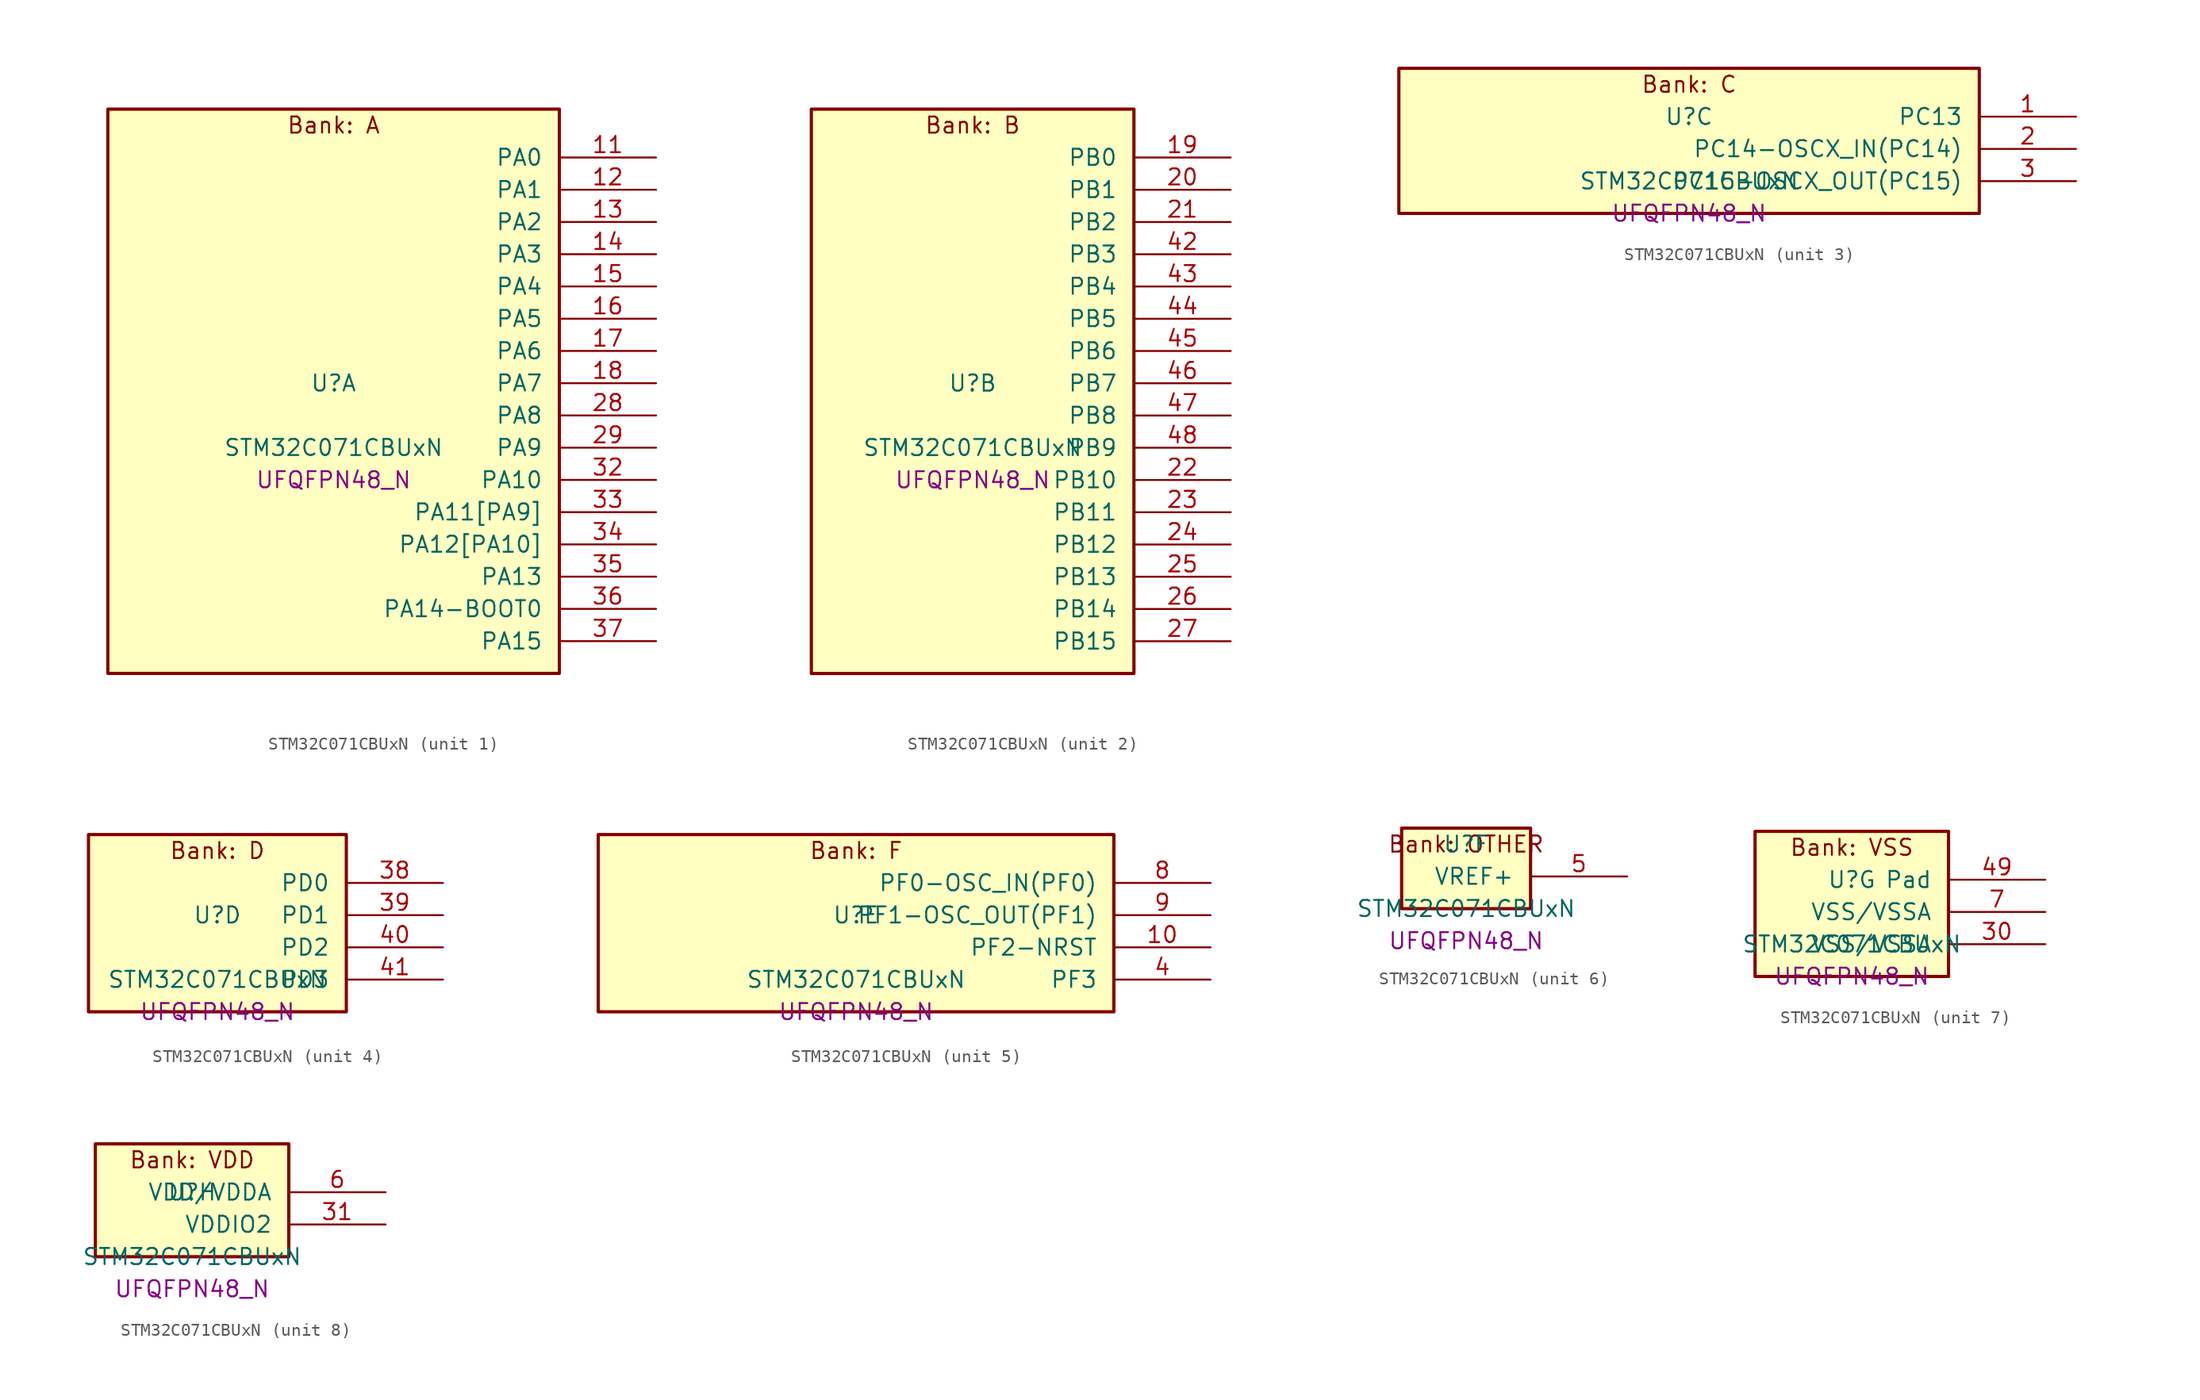
<source format=kicad_sym>
(kicad_symbol_lib
  (version 20241209)
  (generator "stm32_pkl_generator")
  (generator_version "1.0")
  (symbol "STM32C071CBUxN"
    (pin_names
      (offset 1.27))
    (property "Reference" "U"
      (at 0 2.54 0))
    (property "Value" "STM32C071CBUxN"
      (at 0 -2.54 0))
    (property "Footprint" "UFQFPN48_N"
      (at 0 -5.08 0))
    (symbol "STM32C071CBUxN_1_1"
      (rectangle (start -17.78 24.13) (end 17.78 -20.32) (stroke (width 0.254) (type solid)) (fill (type background)))
      (text "Bank: A" (at 0 22.86 0))
      (pin bidirectional line (at 25.4 20.32 180) (length 7.62) (name "PA0") (number "11") (alternate "PA0/ADC1_IN0" bidirectional line) (alternate "PA0/PWR_WKUP1" bidirectional line) (alternate "PA0/SPI2_SCK" bidirectional line) (alternate "PA0/TIM16_CH1" bidirectional line) (alternate "PA0/TIM1_CH1" bidirectional line) (alternate "PA0/TIM2_CH1" bidirectional line) (alternate "PA0/TIM2_ETR" bidirectional line) (alternate "PA0/USART1_TX" bidirectional line) (alternate "PA0/USART2_CTS" bidirectional line) (alternate "PA0/USART2_NSS" bidirectional line))
      (pin bidirectional line (at 25.4 17.78 180) (length 7.62) (name "PA1") (number "12") (alternate "PA1/ADC1_IN1" bidirectional line) (alternate "PA1/I2C1_SMBA" bidirectional line) (alternate "PA1/I2S1_CK" bidirectional line) (alternate "PA1/SPI1_SCK" bidirectional line) (alternate "PA1/TIM17_CH1" bidirectional line) (alternate "PA1/TIM1_CH2" bidirectional line) (alternate "PA1/TIM2_CH2" bidirectional line) (alternate "PA1/USART1_RX" bidirectional line) (alternate "PA1/USART2_CK" bidirectional line) (alternate "PA1/USART2_DE" bidirectional line) (alternate "PA1/USART2_RTS" bidirectional line))
      (pin bidirectional line (at 25.4 15.24 180) (length 7.62) (name "PA2") (number "13") (alternate "PA2/ADC1_IN2" bidirectional line) (alternate "PA2/I2S1_SD" bidirectional line) (alternate "PA2/PWR_WKUP4" bidirectional line) (alternate "PA2/RCC_LSCO" bidirectional line) (alternate "PA2/SPI1_MOSI" bidirectional line) (alternate "PA2/TIM16_CH1N" bidirectional line) (alternate "PA2/TIM1_CH3" bidirectional line) (alternate "PA2/TIM2_CH3" bidirectional line) (alternate "PA2/TIM3_ETR" bidirectional line) (alternate "PA2/USART2_TX" bidirectional line))
      (pin bidirectional line (at 25.4 12.7 180) (length 7.62) (name "PA3") (number "14") (alternate "PA3/ADC1_IN3" bidirectional line) (alternate "PA3/SPI2_MISO" bidirectional line) (alternate "PA3/TIM1_CH1N" bidirectional line) (alternate "PA3/TIM1_CH4" bidirectional line) (alternate "PA3/TIM2_CH4" bidirectional line) (alternate "PA3/USART2_RX" bidirectional line))
      (pin bidirectional line (at 25.4 10.16 180) (length 7.62) (name "PA4") (number "15") (alternate "PA4/ADC1_IN4" bidirectional line) (alternate "PA4/I2S1_WS" bidirectional line) (alternate "PA4/RTC_OUT2" bidirectional line) (alternate "PA4/SPI1_NSS" bidirectional line) (alternate "PA4/SPI2_MOSI" bidirectional line) (alternate "PA4/TIM14_CH1" bidirectional line) (alternate "PA4/TIM17_CH1N" bidirectional line) (alternate "PA4/TIM1_CH2N" bidirectional line) (alternate "PA4/USART2_TX" bidirectional line) (alternate "PA4/USB_NOE" bidirectional line))
      (pin bidirectional line (at 25.4 7.62 180) (length 7.62) (name "PA5") (number "16") (alternate "PA5/ADC1_IN5" bidirectional line) (alternate "PA5/I2S1_CK" bidirectional line) (alternate "PA5/SPI1_SCK" bidirectional line) (alternate "PA5/TIM1_CH1" bidirectional line) (alternate "PA5/TIM1_CH3N" bidirectional line) (alternate "PA5/TIM2_CH1" bidirectional line) (alternate "PA5/TIM2_ETR" bidirectional line) (alternate "PA5/USART2_RX" bidirectional line))
      (pin bidirectional line (at 25.4 5.08 180) (length 7.62) (name "PA6") (number "17") (alternate "PA6/ADC1_IN6" bidirectional line) (alternate "PA6/I2C2_SDA" bidirectional line) (alternate "PA6/I2S1_MCK" bidirectional line) (alternate "PA6/SPI1_MISO" bidirectional line) (alternate "PA6/TIM16_CH1" bidirectional line) (alternate "PA6/TIM1_BKIN" bidirectional line) (alternate "PA6/TIM3_CH1" bidirectional line))
      (pin bidirectional line (at 25.4 2.54 180) (length 7.62) (name "PA7") (number "18") (alternate "PA7/ADC1_IN7" bidirectional line) (alternate "PA7/I2C2_SCL" bidirectional line) (alternate "PA7/I2S1_SD" bidirectional line) (alternate "PA7/SPI1_MOSI" bidirectional line) (alternate "PA7/TIM14_CH1" bidirectional line) (alternate "PA7/TIM17_CH1" bidirectional line) (alternate "PA7/TIM1_CH1N" bidirectional line) (alternate "PA7/TIM3_CH2" bidirectional line))
      (pin bidirectional line (at 25.4 0 180) (length 7.62) (name "PA8") (number "28") (alternate "PA8/ADC1_IN8" bidirectional line) (alternate "PA8/CRS_SYNC" bidirectional line) (alternate "PA8/I2S1_WS" bidirectional line) (alternate "PA8/RCC_MCO" bidirectional line) (alternate "PA8/RCC_MCO_2" bidirectional line) (alternate "PA8/SPI1_NSS" bidirectional line) (alternate "PA8/SPI2_MISO" bidirectional line) (alternate "PA8/SPI2_NSS" bidirectional line) (alternate "PA8/TIM14_CH1" bidirectional line) (alternate "PA8/TIM1_CH1" bidirectional line) (alternate "PA8/TIM1_CH2N" bidirectional line) (alternate "PA8/TIM1_CH3N" bidirectional line) (alternate "PA8/TIM3_CH3" bidirectional line) (alternate "PA8/TIM3_CH4" bidirectional line) (alternate "PA8/USART1_RX" bidirectional line) (alternate "PA8/USART2_TX" bidirectional line))
      (pin bidirectional line (at 25.4 -2.54 180) (length 7.62) (name "PA9") (number "29") (alternate "PA9/I2C1_SCL" bidirectional line) (alternate "PA9/I2C2_SCL" bidirectional line) (alternate "PA9/RCC_MCO" bidirectional line) (alternate "PA9/SPI2_MISO" bidirectional line) (alternate "PA9/TIM1_CH2" bidirectional line) (alternate "PA9/TIM3_ETR" bidirectional line) (alternate "PA9/USART1_TX" bidirectional line) (alternate "PA9/NC" bidirectional line))
      (pin bidirectional line (at 25.4 -5.08 180) (length 7.62) (name "PA10") (number "32") (alternate "PA10/I2C1_SDA" bidirectional line) (alternate "PA10/I2C2_SDA" bidirectional line) (alternate "PA10/RCC_MCO_2" bidirectional line) (alternate "PA10/SPI2_MOSI" bidirectional line) (alternate "PA10/TIM17_BKIN" bidirectional line) (alternate "PA10/TIM1_CH3" bidirectional line) (alternate "PA10/USART1_RX" bidirectional line) (alternate "PA10/NC" bidirectional line))
      (pin bidirectional line (at 25.4 -7.62 180) (length 7.62) (name "PA11[PA9]") (number "33") (alternate "PA11[PA9]/ADC1_EXTI11" bidirectional line) (alternate "PA11[PA9]/I2C2_SCL" bidirectional line) (alternate "PA11[PA9]/I2S1_MCK" bidirectional line) (alternate "PA11[PA9]/SPI1_MISO" bidirectional line) (alternate "PA11[PA9]/TIM1_BKIN2" bidirectional line) (alternate "PA11[PA9]/TIM1_CH4" bidirectional line) (alternate "PA11[PA9]/USART1_CTS" bidirectional line) (alternate "PA11[PA9]/USART1_NSS" bidirectional line) (alternate "PA11[PA9]/USB_DM" bidirectional line) (alternate "PA11[PA9]/PA9[PA11]" bidirectional line) (alternate "PA11[PA9]/I2C1_SCL" bidirectional line) (alternate "PA11[PA9]/RCC_MCO" bidirectional line) (alternate "PA11[PA9]/SPI2_MISO" bidirectional line) (alternate "PA11[PA9]/TIM1_CH2" bidirectional line) (alternate "PA11[PA9]/TIM3_ETR" bidirectional line) (alternate "PA11[PA9]/USART1_TX" bidirectional line))
      (pin bidirectional line (at 25.4 -10.16 180) (length 7.62) (name "PA12[PA10]") (number "34") (alternate "PA12[PA10]/I2C2_SDA" bidirectional line) (alternate "PA12[PA10]/I2S1_SD" bidirectional line) (alternate "PA12[PA10]/I2S_CKIN" bidirectional line) (alternate "PA12[PA10]/SPI1_MOSI" bidirectional line) (alternate "PA12[PA10]/TIM1_ETR" bidirectional line) (alternate "PA12[PA10]/USART1_CK" bidirectional line) (alternate "PA12[PA10]/USART1_DE" bidirectional line) (alternate "PA12[PA10]/USART1_RTS" bidirectional line) (alternate "PA12[PA10]/USB_DP" bidirectional line) (alternate "PA12[PA10]/PA10[PA12]" bidirectional line) (alternate "PA12[PA10]/I2C1_SDA" bidirectional line) (alternate "PA12[PA10]/RCC_MCO_2" bidirectional line) (alternate "PA12[PA10]/SPI2_MOSI" bidirectional line) (alternate "PA12[PA10]/TIM17_BKIN" bidirectional line) (alternate "PA12[PA10]/TIM1_CH3" bidirectional line) (alternate "PA12[PA10]/USART1_RX" bidirectional line))
      (pin bidirectional line (at 25.4 -12.7 180) (length 7.62) (name "PA13") (number "35") (alternate "PA13/ADC1_IN13" bidirectional line) (alternate "PA13/DEBUG_SWDIO" bidirectional line) (alternate "PA13/IR_OUT" bidirectional line) (alternate "PA13/TIM3_ETR" bidirectional line) (alternate "PA13/USART2_RX" bidirectional line) (alternate "PA13/USB_NOE" bidirectional line))
      (pin bidirectional line (at 25.4 -15.24 180) (length 7.62) (name "PA14-BOOT0") (number "36") (alternate "PA14-BOOT0/ADC1_IN14" bidirectional line) (alternate "PA14-BOOT0/DEBUG_SWCLK" bidirectional line) (alternate "PA14-BOOT0/I2S1_WS" bidirectional line) (alternate "PA14-BOOT0/RCC_MCO_2" bidirectional line) (alternate "PA14-BOOT0/SPI1_NSS" bidirectional line) (alternate "PA14-BOOT0/TIM1_CH1" bidirectional line) (alternate "PA14-BOOT0/USART1_CK" bidirectional line) (alternate "PA14-BOOT0/USART1_DE" bidirectional line) (alternate "PA14-BOOT0/USART1_RTS" bidirectional line) (alternate "PA14-BOOT0/USART2_RX" bidirectional line) (alternate "PA14-BOOT0/USART2_TX" bidirectional line))
      (pin bidirectional line (at 25.4 -17.78 180) (length 7.62) (name "PA15") (number "37") (alternate "PA15/I2S1_WS" bidirectional line) (alternate "PA15/RCC_MCO_2" bidirectional line) (alternate "PA15/SPI1_NSS" bidirectional line) (alternate "PA15/TIM1_CH1" bidirectional line) (alternate "PA15/TIM2_CH1" bidirectional line) (alternate "PA15/TIM2_ETR" bidirectional line) (alternate "PA15/USART1_CK" bidirectional line) (alternate "PA15/USART1_DE" bidirectional line) (alternate "PA15/USART1_RTS" bidirectional line) (alternate "PA15/USART2_RX" bidirectional line) (alternate "PA15/USB_NOE" bidirectional line)))
    (symbol "STM32C071CBUxN_2_1"
      (rectangle (start -12.7 24.13) (end 12.7 -20.32) (stroke (width 0.254) (type solid)) (fill (type background)))
      (text "Bank: B" (at 0 22.86 0))
      (pin bidirectional line (at 20.32 20.32 180) (length 7.62) (name "PB0") (number "19") (alternate "PB0/ADC1_IN17" bidirectional line) (alternate "PB0/I2S1_WS" bidirectional line) (alternate "PB0/SPI1_NSS" bidirectional line) (alternate "PB0/TIM1_CH2N" bidirectional line) (alternate "PB0/TIM3_CH3" bidirectional line))
      (pin bidirectional line (at 20.32 17.78 180) (length 7.62) (name "PB1") (number "20") (alternate "PB1/ADC1_IN18" bidirectional line) (alternate "PB1/TIM14_CH1" bidirectional line) (alternate "PB1/TIM1_CH2N" bidirectional line) (alternate "PB1/TIM1_CH3N" bidirectional line) (alternate "PB1/TIM3_CH4" bidirectional line))
      (pin bidirectional line (at 20.32 15.24 180) (length 7.62) (name "PB2") (number "21") (alternate "PB2/ADC1_IN19" bidirectional line) (alternate "PB2/RCC_MCO_2" bidirectional line) (alternate "PB2/SPI2_MISO" bidirectional line) (alternate "PB2/USART1_RX" bidirectional line))
      (pin bidirectional line (at 20.32 12.7 180) (length 7.62) (name "PB3") (number "42") (alternate "PB3/I2C2_SCL" bidirectional line) (alternate "PB3/I2S1_CK" bidirectional line) (alternate "PB3/SPI1_SCK" bidirectional line) (alternate "PB3/TIM1_CH2" bidirectional line) (alternate "PB3/TIM2_CH2" bidirectional line) (alternate "PB3/TIM3_CH2" bidirectional line) (alternate "PB3/USART1_CK" bidirectional line) (alternate "PB3/USART1_DE" bidirectional line) (alternate "PB3/USART1_RTS" bidirectional line))
      (pin bidirectional line (at 20.32 10.16 180) (length 7.62) (name "PB4") (number "43") (alternate "PB4/I2C2_SDA" bidirectional line) (alternate "PB4/I2S1_MCK" bidirectional line) (alternate "PB4/SPI1_MISO" bidirectional line) (alternate "PB4/TIM17_BKIN" bidirectional line) (alternate "PB4/TIM3_CH1" bidirectional line) (alternate "PB4/USART1_CTS" bidirectional line) (alternate "PB4/USART1_NSS" bidirectional line))
      (pin bidirectional line (at 20.32 7.62 180) (length 7.62) (name "PB5") (number "44") (alternate "PB5/I2C1_SMBA" bidirectional line) (alternate "PB5/I2S1_SD" bidirectional line) (alternate "PB5/PWR_WKUP6" bidirectional line) (alternate "PB5/SPI1_MOSI" bidirectional line) (alternate "PB5/TIM16_BKIN" bidirectional line) (alternate "PB5/TIM3_CH2" bidirectional line) (alternate "PB5/TIM3_CH3" bidirectional line))
      (pin bidirectional line (at 20.32 5.08 180) (length 7.62) (name "PB6") (number "45") (alternate "PB6/I2C1_SCL" bidirectional line) (alternate "PB6/I2C1_SMBA" bidirectional line) (alternate "PB6/I2S1_CK" bidirectional line) (alternate "PB6/I2S1_MCK" bidirectional line) (alternate "PB6/I2S1_SD" bidirectional line) (alternate "PB6/PWR_WKUP3" bidirectional line) (alternate "PB6/SPI1_MISO" bidirectional line) (alternate "PB6/SPI1_MOSI" bidirectional line) (alternate "PB6/SPI1_SCK" bidirectional line) (alternate "PB6/SPI2_MISO" bidirectional line) (alternate "PB6/TIM16_BKIN" bidirectional line) (alternate "PB6/TIM16_CH1N" bidirectional line) (alternate "PB6/TIM17_BKIN" bidirectional line) (alternate "PB6/TIM1_CH2" bidirectional line) (alternate "PB6/TIM1_CH3" bidirectional line) (alternate "PB6/TIM3_CH1" bidirectional line) (alternate "PB6/TIM3_CH2" bidirectional line) (alternate "PB6/TIM3_CH3" bidirectional line) (alternate "PB6/USART1_CTS" bidirectional line) (alternate "PB6/USART1_NSS" bidirectional line) (alternate "PB6/USART1_TX" bidirectional line))
      (pin bidirectional line (at 20.32 2.54 180) (length 7.62) (name "PB7") (number "46") (alternate "PB7/I2C1_SCL" bidirectional line) (alternate "PB7/I2C1_SDA" bidirectional line) (alternate "PB7/SPI2_MOSI" bidirectional line) (alternate "PB7/TIM16_CH1" bidirectional line) (alternate "PB7/TIM17_CH1N" bidirectional line) (alternate "PB7/TIM1_CH4" bidirectional line) (alternate "PB7/TIM3_CH1" bidirectional line) (alternate "PB7/TIM3_CH4" bidirectional line) (alternate "PB7/USART1_RX" bidirectional line) (alternate "PB7/USART2_CTS" bidirectional line) (alternate "PB7/USART2_NSS" bidirectional line))
      (pin bidirectional line (at 20.32 0 180) (length 7.62) (name "PB8") (number "47") (alternate "PB8/I2C1_SCL" bidirectional line) (alternate "PB8/SPI2_SCK" bidirectional line) (alternate "PB8/TIM16_CH1" bidirectional line) (alternate "PB8/TIM3_CH1" bidirectional line) (alternate "PB8/USART2_CTS" bidirectional line) (alternate "PB8/USART2_NSS" bidirectional line))
      (pin bidirectional line (at 20.32 -2.54 180) (length 7.62) (name "PB9") (number "48") (alternate "PB9/I2C1_SDA" bidirectional line) (alternate "PB9/IR_OUT" bidirectional line) (alternate "PB9/SPI2_NSS" bidirectional line) (alternate "PB9/TIM17_CH1" bidirectional line) (alternate "PB9/TIM3_CH2" bidirectional line) (alternate "PB9/USART2_CK" bidirectional line) (alternate "PB9/USART2_DE" bidirectional line) (alternate "PB9/USART2_RTS" bidirectional line))
      (pin bidirectional line (at 20.32 -5.08 180) (length 7.62) (name "PB10") (number "22") (alternate "PB10/ADC1_IN20" bidirectional line) (alternate "PB10/I2C2_SCL" bidirectional line) (alternate "PB10/SPI2_SCK" bidirectional line) (alternate "PB10/TIM2_CH3" bidirectional line))
      (pin bidirectional line (at 20.32 -7.62 180) (length 7.62) (name "PB11") (number "23") (alternate "PB11/ADC1_EXTI11" bidirectional line) (alternate "PB11/ADC1_IN21" bidirectional line) (alternate "PB11/I2C2_SDA" bidirectional line) (alternate "PB11/SPI2_MOSI" bidirectional line) (alternate "PB11/TIM2_CH4" bidirectional line))
      (pin bidirectional line (at 20.32 -10.16 180) (length 7.62) (name "PB12") (number "24") (alternate "PB12/ADC1_IN22" bidirectional line) (alternate "PB12/SPI2_NSS" bidirectional line) (alternate "PB12/TIM1_BKIN" bidirectional line) (alternate "PB12/TIM1_BKIN2" bidirectional line))
      (pin bidirectional line (at 20.32 -12.7 180) (length 7.62) (name "PB13") (number "25") (alternate "PB13/I2C2_SCL" bidirectional line) (alternate "PB13/SPI2_SCK" bidirectional line) (alternate "PB13/TIM1_CH1N" bidirectional line))
      (pin bidirectional line (at 20.32 -15.24 180) (length 7.62) (name "PB14") (number "26") (alternate "PB14/I2C2_SDA" bidirectional line) (alternate "PB14/SPI2_MISO" bidirectional line) (alternate "PB14/TIM1_CH2N" bidirectional line))
      (pin bidirectional line (at 20.32 -17.78 180) (length 7.62) (name "PB15") (number "27") (alternate "PB15/RTC_REFIN" bidirectional line) (alternate "PB15/SPI2_MOSI" bidirectional line) (alternate "PB15/TIM1_CH3N" bidirectional line)))
    (symbol "STM32C071CBUxN_3_1"
      (rectangle (start -22.86 6.35) (end 22.86 -5.08) (stroke (width 0.254) (type solid)) (fill (type background)))
      (text "Bank: C" (at 0 5.08 0))
      (pin bidirectional line (at 30.48 2.54 180) (length 7.62) (name "PC13") (number "1") (alternate "PC13/PWR_WKUP2" bidirectional line) (alternate "PC13/RTC_OUT1" bidirectional line) (alternate "PC13/RTC_TS" bidirectional line) (alternate "PC13/TIM1_BKIN" bidirectional line) (alternate "PC13/TIM1_ETR" bidirectional line))
      (pin bidirectional line (at 30.48 0 180) (length 7.62) (name "PC14-OSCX_IN(PC14)") (number "2") (alternate "PC14-OSCX_IN(PC14)/I2C1_SDA" bidirectional line) (alternate "PC14-OSCX_IN(PC14)/IR_OUT" bidirectional line) (alternate "PC14-OSCX_IN(PC14)/RCC_OSCX_IN" bidirectional line) (alternate "PC14-OSCX_IN(PC14)/SPI2_NSS" bidirectional line) (alternate "PC14-OSCX_IN(PC14)/TIM17_CH1" bidirectional line) (alternate "PC14-OSCX_IN(PC14)/TIM1_BKIN2" bidirectional line) (alternate "PC14-OSCX_IN(PC14)/TIM1_ETR" bidirectional line) (alternate "PC14-OSCX_IN(PC14)/TIM3_CH2" bidirectional line) (alternate "PC14-OSCX_IN(PC14)/USART1_TX" bidirectional line) (alternate "PC14-OSCX_IN(PC14)/USART2_CK" bidirectional line) (alternate "PC14-OSCX_IN(PC14)/USART2_DE" bidirectional line) (alternate "PC14-OSCX_IN(PC14)/USART2_RTS" bidirectional line))
      (pin bidirectional line (at 30.48 -2.54 180) (length 7.62) (name "PC15-OSCX_OUT(PC15)") (number "3") (alternate "PC15-OSCX_OUT(PC15)/RCC_OSC32_EN" bidirectional line) (alternate "PC15-OSCX_OUT(PC15)/RCC_OSCX_OUT" bidirectional line) (alternate "PC15-OSCX_OUT(PC15)/RCC_OSC_EN" bidirectional line) (alternate "PC15-OSCX_OUT(PC15)/TIM1_ETR" bidirectional line) (alternate "PC15-OSCX_OUT(PC15)/TIM3_CH3" bidirectional line)))
    (symbol "STM32C071CBUxN_4_1"
      (rectangle (start -10.16 8.89) (end 10.16 -5.08) (stroke (width 0.254) (type solid)) (fill (type background)))
      (text "Bank: D" (at 0 7.62 0))
      (pin bidirectional line (at 17.78 5.08 180) (length 7.62) (name "PD0") (number "38") (alternate "PD0/SPI2_NSS" bidirectional line) (alternate "PD0/TIM16_CH1" bidirectional line))
      (pin bidirectional line (at 17.78 2.54 180) (length 7.62) (name "PD1") (number "39") (alternate "PD1/SPI2_SCK" bidirectional line) (alternate "PD1/TIM17_CH1" bidirectional line))
      (pin bidirectional line (at 17.78 0 180) (length 7.62) (name "PD2") (number "40") (alternate "PD2/TIM1_CH1N" bidirectional line) (alternate "PD2/TIM3_ETR" bidirectional line))
      (pin bidirectional line (at 17.78 -2.54 180) (length 7.62) (name "PD3") (number "41") (alternate "PD3/SPI2_MISO" bidirectional line) (alternate "PD3/TIM1_CH2N" bidirectional line) (alternate "PD3/USART2_CTS" bidirectional line) (alternate "PD3/USART2_NSS" bidirectional line)))
    (symbol "STM32C071CBUxN_5_1"
      (rectangle (start -20.32 8.89) (end 20.32 -5.08) (stroke (width 0.254) (type solid)) (fill (type background)))
      (text "Bank: F" (at 0 7.62 0))
      (pin bidirectional line (at 27.94 5.08 180) (length 7.62) (name "PF0-OSC_IN(PF0)") (number "8") (alternate "PF0-OSC_IN(PF0)/CRS_SYNC" bidirectional line) (alternate "PF0-OSC_IN(PF0)/RCC_OSC_IN" bidirectional line) (alternate "PF0-OSC_IN(PF0)/TIM14_CH1" bidirectional line))
      (pin bidirectional line (at 27.94 2.54 180) (length 7.62) (name "PF1-OSC_OUT(PF1)") (number "9") (alternate "PF1-OSC_OUT(PF1)/RCC_OSC_EN" bidirectional line) (alternate "PF1-OSC_OUT(PF1)/RCC_OSC_OUT" bidirectional line))
      (pin bidirectional line (at 27.94 0 180) (length 7.62) (name "PF2-NRST") (number "10") (alternate "PF2-NRST/RCC_MCO" bidirectional line) (alternate "PF2-NRST/TIM1_CH4" bidirectional line))
      (pin bidirectional line (at 27.94 -2.54 180) (length 7.62) (name "PF3") (number "4")))
    (symbol "STM32C071CBUxN_6_1"
      (rectangle (start -5.08 3.81) (end 5.08 -2.54) (stroke (width 0.254) (type solid)) (fill (type background)))
      (text "Bank: OTHER" (at 0 2.54 0))
      (pin bidirectional line (at 12.7 0 180) (length 7.62) (name "VREF+") (number "5")))
    (symbol "STM32C071CBUxN_7_1"
      (rectangle (start -7.62 6.35) (end 7.62 -5.08) (stroke (width 0.254) (type solid)) (fill (type background)))
      (text "Bank: VSS" (at 0 5.08 0))
      (pin passive line (at 15.24 2.54 180) (length 7.62) (name "Pad") (number "49"))
      (pin power_in line (at 15.24 0 180) (length 7.62) (name "VSS/VSSA") (number "7"))
      (pin power_in line (at 15.24 -2.54 180) (length 7.62) (name "VSS/VSSA") (number "30")))
    (symbol "STM32C071CBUxN_8_1"
      (rectangle (start -7.62 6.35) (end 7.62 -2.54) (stroke (width 0.254) (type solid)) (fill (type background)))
      (text "Bank: VDD" (at 0 5.08 0))
      (pin power_in line (at 15.24 2.54 180) (length 7.62) (name "VDD/VDDA") (number "6"))
      (pin power_in line (at 15.24 0 180) (length 7.62) (name "VDDIO2") (number "31")))))
</source>
